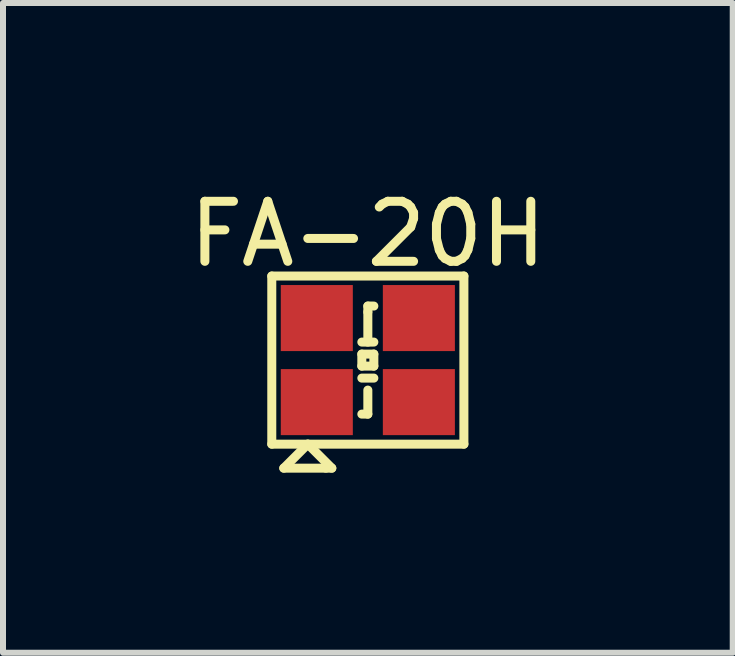
<source format=kicad_pcb>
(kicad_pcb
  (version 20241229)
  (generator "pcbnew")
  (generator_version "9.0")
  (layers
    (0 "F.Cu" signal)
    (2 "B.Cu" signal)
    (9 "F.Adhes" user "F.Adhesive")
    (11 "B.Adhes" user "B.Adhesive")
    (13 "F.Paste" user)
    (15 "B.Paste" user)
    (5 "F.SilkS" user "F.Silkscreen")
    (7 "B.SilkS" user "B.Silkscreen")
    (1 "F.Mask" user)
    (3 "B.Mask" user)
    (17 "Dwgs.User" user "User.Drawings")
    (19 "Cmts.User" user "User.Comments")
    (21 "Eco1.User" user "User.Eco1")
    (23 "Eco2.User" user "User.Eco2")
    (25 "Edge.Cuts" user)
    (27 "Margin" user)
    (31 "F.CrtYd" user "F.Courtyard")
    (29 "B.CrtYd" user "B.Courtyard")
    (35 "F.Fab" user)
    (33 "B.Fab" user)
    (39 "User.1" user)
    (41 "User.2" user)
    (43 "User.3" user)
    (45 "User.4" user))
  (footprint "FA-20H"
    (layer "F.Cu")
    (at 3.077 2.948)
    (property "Reference" "FA-20H" (at 0 -2.1 0) (layer "F.SilkS") (effects (font (size 1 1) (thickness 0.15))))
    (attr through_hole)
    (fp_line (start -1.6 -1.4) (end -1.6 1.4) (stroke (width 0.15) (type solid)) (layer "F.SilkS"))
    (fp_line (start -1.6 1.4) (end 1.6 1.4) (stroke (width 0.15) (type solid)) (layer "F.SilkS"))
    (fp_line (start -1.4 1.8) (end -0.7 1.8) (stroke (width 0.15) (type solid)) (layer "F.SilkS"))
    (fp_line (start -1 1.4) (end -1.4 1.8) (stroke (width 0.15) (type solid)) (layer "F.SilkS"))
    (fp_line (start -0.7 1.8) (end -0.6 1.8) (stroke (width 0.15) (type solid)) (layer "F.SilkS"))
    (fp_line (start -0.6 1.8) (end -1 1.4) (stroke (width 0.15) (type solid)) (layer "F.SilkS"))
    (fp_line (start -0.1 -0.3) (end 0.1 -0.3) (stroke (width 0.15) (type solid)) (layer "F.SilkS"))
    (fp_line (start -0.1 -0.1) (end -0.1 0.1) (stroke (width 0.15) (type solid)) (layer "F.SilkS"))
    (fp_line (start -0.1 0.1) (end 0.1 0.1) (stroke (width 0.15) (type solid)) (layer "F.SilkS"))
    (fp_line (start -0.1 0.3) (end 0.1 0.3) (stroke (width 0.15) (type solid)) (layer "F.SilkS"))
    (fp_line (start -0.1 0.9) (end 0 0.9) (stroke (width 0.15) (type solid)) (layer "F.SilkS"))
    (fp_line (start 0 -0.9) (end 0.1 -0.9) (stroke (width 0.15) (type solid)) (layer "F.SilkS"))
    (fp_line (start 0 -0.8) (end 0 -0.9) (stroke (width 0.15) (type solid)) (layer "F.SilkS"))
    (fp_line (start 0 -0.3) (end 0 -0.8) (stroke (width 0.15) (type solid)) (layer "F.SilkS"))
    (fp_line (start 0 0.9) (end 0 0.5) (stroke (width 0.15) (type solid)) (layer "F.SilkS"))
    (fp_line (start 0.1 -0.1) (end -0.1 -0.1) (stroke (width 0.15) (type solid)) (layer "F.SilkS"))
    (fp_line (start 0.1 0.1) (end 0.1 -0.1) (stroke (width 0.15) (type solid)) (layer "F.SilkS"))
    (fp_line (start 1.6 -1.4) (end -1.6 -1.4) (stroke (width 0.15) (type solid)) (layer "F.SilkS"))
    (fp_line (start 1.6 1.4) (end 1.6 -1.4) (stroke (width 0.15) (type solid)) (layer "F.SilkS"))
    (pad "1" smd rect (at -0.85 0.7) (size 1.2 1.1) (layers "F.Cu" "F.Mask" "F.Paste"))
    (pad "2" smd rect (at 0.85 0.7) (size 1.2 1.1) (layers "F.Cu" "F.Mask" "F.Paste"))
    (pad "3" smd rect (at 0.85 -0.7) (size 1.2 1.1) (layers "F.Cu" "F.Mask" "F.Paste"))
    (pad "4" smd rect (at -0.85 -0.7) (size 1.2 1.1) (layers "F.Cu" "F.Mask" "F.Paste")))
  (gr_rect
    (start -3 -3)
    (end 9.155 7.823)
    (stroke (width 0.1) (type default))
    (fill no)
    (layer "Edge.Cuts")))
</source>
